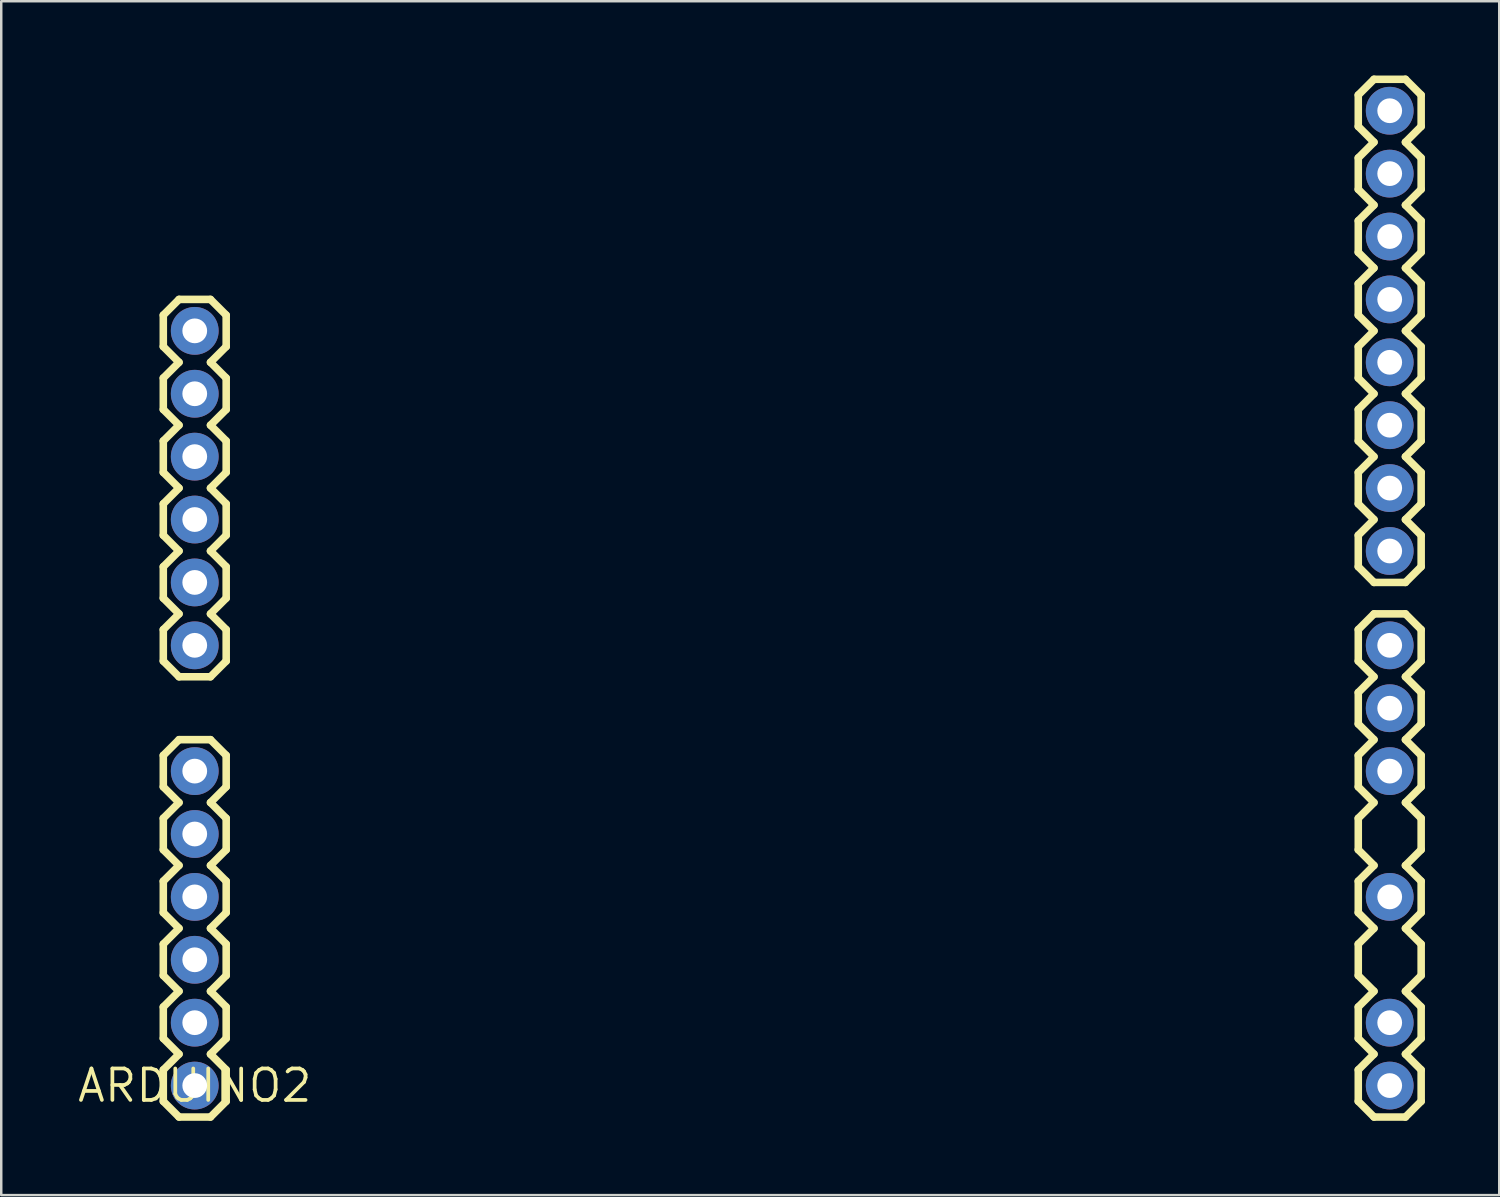
<source format=kicad_pcb>
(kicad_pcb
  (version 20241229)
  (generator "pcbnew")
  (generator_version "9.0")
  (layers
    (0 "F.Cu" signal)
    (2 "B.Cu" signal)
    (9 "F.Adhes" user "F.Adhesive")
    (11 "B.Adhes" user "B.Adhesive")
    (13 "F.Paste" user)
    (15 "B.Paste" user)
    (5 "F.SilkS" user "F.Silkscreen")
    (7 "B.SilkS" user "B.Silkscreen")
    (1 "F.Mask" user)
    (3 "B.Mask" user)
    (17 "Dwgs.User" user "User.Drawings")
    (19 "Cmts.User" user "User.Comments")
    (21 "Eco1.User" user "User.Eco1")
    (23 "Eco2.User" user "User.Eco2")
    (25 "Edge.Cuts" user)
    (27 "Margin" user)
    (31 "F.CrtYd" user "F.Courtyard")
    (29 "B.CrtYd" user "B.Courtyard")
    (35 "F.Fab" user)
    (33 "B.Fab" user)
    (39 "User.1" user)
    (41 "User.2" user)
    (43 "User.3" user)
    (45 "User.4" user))
  (footprint "ARDUINO2"
    (layer "F.Cu")
    (at 4.815 40.792)
    (property "Reference" "ARDUINO2" (at 0 0 0) (layer "F.SilkS") (effects (font (size 1.27 1.27) (thickness 0.15))))
    (attr through_hole)
    (fp_line (start -1.27 -31.115) (end -1.27 -29.845) (stroke (width 0.305) (type solid)) (layer "F.SilkS"))
    (fp_line (start -1.27 -29.845) (end -0.635 -29.21) (stroke (width 0.305) (type solid)) (layer "F.SilkS"))
    (fp_line (start -1.27 -28.575) (end -1.27 -27.305) (stroke (width 0.305) (type solid)) (layer "F.SilkS"))
    (fp_line (start -1.27 -27.305) (end -0.635 -26.67) (stroke (width 0.305) (type solid)) (layer "F.SilkS"))
    (fp_line (start -1.27 -26.035) (end -1.27 -24.765) (stroke (width 0.305) (type solid)) (layer "F.SilkS"))
    (fp_line (start -1.27 -24.765) (end -0.635 -24.13) (stroke (width 0.305) (type solid)) (layer "F.SilkS"))
    (fp_line (start -1.27 -23.495) (end -1.27 -22.225) (stroke (width 0.305) (type solid)) (layer "F.SilkS"))
    (fp_line (start -1.27 -22.225) (end -0.635 -21.59) (stroke (width 0.305) (type solid)) (layer "F.SilkS"))
    (fp_line (start -1.27 -20.955) (end -1.27 -19.685) (stroke (width 0.305) (type solid)) (layer "F.SilkS"))
    (fp_line (start -1.27 -19.685) (end -0.635 -19.05) (stroke (width 0.305) (type solid)) (layer "F.SilkS"))
    (fp_line (start -1.27 -18.415) (end -1.27 -17.145) (stroke (width 0.305) (type solid)) (layer "F.SilkS"))
    (fp_line (start -1.27 -17.145) (end -0.635 -16.51) (stroke (width 0.305) (type solid)) (layer "F.SilkS"))
    (fp_line (start -1.27 -13.335) (end -1.27 -12.065) (stroke (width 0.305) (type solid)) (layer "F.SilkS"))
    (fp_line (start -1.27 -12.065) (end -0.635 -11.43) (stroke (width 0.305) (type solid)) (layer "F.SilkS"))
    (fp_line (start -1.27 -10.795) (end -1.27 -9.525) (stroke (width 0.305) (type solid)) (layer "F.SilkS"))
    (fp_line (start -1.27 -9.525) (end -0.635 -8.89) (stroke (width 0.305) (type solid)) (layer "F.SilkS"))
    (fp_line (start -1.27 -8.255) (end -1.27 -6.985) (stroke (width 0.305) (type solid)) (layer "F.SilkS"))
    (fp_line (start -1.27 -6.985) (end -0.635 -6.35) (stroke (width 0.305) (type solid)) (layer "F.SilkS"))
    (fp_line (start -1.27 -5.715) (end -1.27 -4.445) (stroke (width 0.305) (type solid)) (layer "F.SilkS"))
    (fp_line (start -1.27 -4.445) (end -0.635 -3.81) (stroke (width 0.305) (type solid)) (layer "F.SilkS"))
    (fp_line (start -1.27 -3.175) (end -1.27 -1.905) (stroke (width 0.305) (type solid)) (layer "F.SilkS"))
    (fp_line (start -1.27 -1.905) (end -0.635 -1.27) (stroke (width 0.305) (type solid)) (layer "F.SilkS"))
    (fp_line (start -1.27 -0.635) (end -1.27 0.635) (stroke (width 0.305) (type solid)) (layer "F.SilkS"))
    (fp_line (start -1.27 0.635) (end -0.635 1.27) (stroke (width 0.305) (type solid)) (layer "F.SilkS"))
    (fp_line (start -0.635 -31.75) (end -1.27 -31.115) (stroke (width 0.305) (type solid)) (layer "F.SilkS"))
    (fp_line (start -0.635 -29.21) (end -1.27 -28.575) (stroke (width 0.305) (type solid)) (layer "F.SilkS"))
    (fp_line (start -0.635 -26.67) (end -1.27 -26.035) (stroke (width 0.305) (type solid)) (layer "F.SilkS"))
    (fp_line (start -0.635 -24.13) (end -1.27 -23.495) (stroke (width 0.305) (type solid)) (layer "F.SilkS"))
    (fp_line (start -0.635 -21.59) (end -1.27 -20.955) (stroke (width 0.305) (type solid)) (layer "F.SilkS"))
    (fp_line (start -0.635 -19.05) (end -1.27 -18.415) (stroke (width 0.305) (type solid)) (layer "F.SilkS"))
    (fp_line (start -0.635 -16.51) (end 0.635 -16.51) (stroke (width 0.305) (type solid)) (layer "F.SilkS"))
    (fp_line (start -0.635 -13.97) (end -1.27 -13.335) (stroke (width 0.305) (type solid)) (layer "F.SilkS"))
    (fp_line (start -0.635 -11.43) (end -1.27 -10.795) (stroke (width 0.305) (type solid)) (layer "F.SilkS"))
    (fp_line (start -0.635 -8.89) (end -1.27 -8.255) (stroke (width 0.305) (type solid)) (layer "F.SilkS"))
    (fp_line (start -0.635 -6.35) (end -1.27 -5.715) (stroke (width 0.305) (type solid)) (layer "F.SilkS"))
    (fp_line (start -0.635 -3.81) (end -1.27 -3.175) (stroke (width 0.305) (type solid)) (layer "F.SilkS"))
    (fp_line (start -0.635 -1.27) (end -1.27 -0.635) (stroke (width 0.305) (type solid)) (layer "F.SilkS"))
    (fp_line (start -0.635 1.27) (end 0.635 1.27) (stroke (width 0.305) (type solid)) (layer "F.SilkS"))
    (fp_line (start 0.635 -31.75) (end -0.635 -31.75) (stroke (width 0.305) (type solid)) (layer "F.SilkS"))
    (fp_line (start 0.635 -29.21) (end 1.27 -29.845) (stroke (width 0.305) (type solid)) (layer "F.SilkS"))
    (fp_line (start 0.635 -26.67) (end 1.27 -27.305) (stroke (width 0.305) (type solid)) (layer "F.SilkS"))
    (fp_line (start 0.635 -24.13) (end 1.27 -24.765) (stroke (width 0.305) (type solid)) (layer "F.SilkS"))
    (fp_line (start 0.635 -21.59) (end 1.27 -22.225) (stroke (width 0.305) (type solid)) (layer "F.SilkS"))
    (fp_line (start 0.635 -19.05) (end 1.27 -19.685) (stroke (width 0.305) (type solid)) (layer "F.SilkS"))
    (fp_line (start 0.635 -16.51) (end 1.27 -17.145) (stroke (width 0.305) (type solid)) (layer "F.SilkS"))
    (fp_line (start 0.635 -13.97) (end -0.635 -13.97) (stroke (width 0.305) (type solid)) (layer "F.SilkS"))
    (fp_line (start 0.635 -11.43) (end 1.27 -12.065) (stroke (width 0.305) (type solid)) (layer "F.SilkS"))
    (fp_line (start 0.635 -8.89) (end 1.27 -9.525) (stroke (width 0.305) (type solid)) (layer "F.SilkS"))
    (fp_line (start 0.635 -6.35) (end 1.27 -6.985) (stroke (width 0.305) (type solid)) (layer "F.SilkS"))
    (fp_line (start 0.635 -3.81) (end 1.27 -4.445) (stroke (width 0.305) (type solid)) (layer "F.SilkS"))
    (fp_line (start 0.635 -1.27) (end 1.27 -1.905) (stroke (width 0.305) (type solid)) (layer "F.SilkS"))
    (fp_line (start 0.635 1.27) (end 1.27 0.635) (stroke (width 0.305) (type solid)) (layer "F.SilkS"))
    (fp_line (start 1.27 -31.115) (end 0.635 -31.75) (stroke (width 0.305) (type solid)) (layer "F.SilkS"))
    (fp_line (start 1.27 -29.845) (end 1.27 -31.115) (stroke (width 0.305) (type solid)) (layer "F.SilkS"))
    (fp_line (start 1.27 -28.575) (end 0.635 -29.21) (stroke (width 0.305) (type solid)) (layer "F.SilkS"))
    (fp_line (start 1.27 -27.305) (end 1.27 -28.575) (stroke (width 0.305) (type solid)) (layer "F.SilkS"))
    (fp_line (start 1.27 -26.035) (end 0.635 -26.67) (stroke (width 0.305) (type solid)) (layer "F.SilkS"))
    (fp_line (start 1.27 -24.765) (end 1.27 -26.035) (stroke (width 0.305) (type solid)) (layer "F.SilkS"))
    (fp_line (start 1.27 -23.495) (end 0.635 -24.13) (stroke (width 0.305) (type solid)) (layer "F.SilkS"))
    (fp_line (start 1.27 -22.225) (end 1.27 -23.495) (stroke (width 0.305) (type solid)) (layer "F.SilkS"))
    (fp_line (start 1.27 -20.955) (end 0.635 -21.59) (stroke (width 0.305) (type solid)) (layer "F.SilkS"))
    (fp_line (start 1.27 -19.685) (end 1.27 -20.955) (stroke (width 0.305) (type solid)) (layer "F.SilkS"))
    (fp_line (start 1.27 -18.415) (end 0.635 -19.05) (stroke (width 0.305) (type solid)) (layer "F.SilkS"))
    (fp_line (start 1.27 -17.145) (end 1.27 -18.415) (stroke (width 0.305) (type solid)) (layer "F.SilkS"))
    (fp_line (start 1.27 -13.335) (end 0.635 -13.97) (stroke (width 0.305) (type solid)) (layer "F.SilkS"))
    (fp_line (start 1.27 -12.065) (end 1.27 -13.335) (stroke (width 0.305) (type solid)) (layer "F.SilkS"))
    (fp_line (start 1.27 -10.795) (end 0.635 -11.43) (stroke (width 0.305) (type solid)) (layer "F.SilkS"))
    (fp_line (start 1.27 -9.525) (end 1.27 -10.795) (stroke (width 0.305) (type solid)) (layer "F.SilkS"))
    (fp_line (start 1.27 -8.255) (end 0.635 -8.89) (stroke (width 0.305) (type solid)) (layer "F.SilkS"))
    (fp_line (start 1.27 -6.985) (end 1.27 -8.255) (stroke (width 0.305) (type solid)) (layer "F.SilkS"))
    (fp_line (start 1.27 -5.715) (end 0.635 -6.35) (stroke (width 0.305) (type solid)) (layer "F.SilkS"))
    (fp_line (start 1.27 -4.445) (end 1.27 -5.715) (stroke (width 0.305) (type solid)) (layer "F.SilkS"))
    (fp_line (start 1.27 -3.175) (end 0.635 -3.81) (stroke (width 0.305) (type solid)) (layer "F.SilkS"))
    (fp_line (start 1.27 -1.905) (end 1.27 -3.175) (stroke (width 0.305) (type solid)) (layer "F.SilkS"))
    (fp_line (start 1.27 -0.635) (end 0.635 -1.27) (stroke (width 0.305) (type solid)) (layer "F.SilkS"))
    (fp_line (start 1.27 0.635) (end 1.27 -0.635) (stroke (width 0.305) (type solid)) (layer "F.SilkS"))
    (fp_line (start 46.99 -40.005) (end 46.99 -38.735) (stroke (width 0.305) (type solid)) (layer "F.SilkS"))
    (fp_line (start 46.99 -38.735) (end 47.625 -38.1) (stroke (width 0.305) (type solid)) (layer "F.SilkS"))
    (fp_line (start 46.99 -37.465) (end 46.99 -36.195) (stroke (width 0.305) (type solid)) (layer "F.SilkS"))
    (fp_line (start 46.99 -36.195) (end 47.625 -35.56) (stroke (width 0.305) (type solid)) (layer "F.SilkS"))
    (fp_line (start 46.99 -34.925) (end 46.99 -33.655) (stroke (width 0.305) (type solid)) (layer "F.SilkS"))
    (fp_line (start 46.99 -33.655) (end 47.625 -33.02) (stroke (width 0.305) (type solid)) (layer "F.SilkS"))
    (fp_line (start 46.99 -32.385) (end 46.99 -31.115) (stroke (width 0.305) (type solid)) (layer "F.SilkS"))
    (fp_line (start 46.99 -31.115) (end 47.625 -30.48) (stroke (width 0.305) (type solid)) (layer "F.SilkS"))
    (fp_line (start 46.99 -29.845) (end 46.99 -28.575) (stroke (width 0.305) (type solid)) (layer "F.SilkS"))
    (fp_line (start 46.99 -28.575) (end 47.625 -27.94) (stroke (width 0.305) (type solid)) (layer "F.SilkS"))
    (fp_line (start 46.99 -27.305) (end 46.99 -26.035) (stroke (width 0.305) (type solid)) (layer "F.SilkS"))
    (fp_line (start 46.99 -26.035) (end 47.625 -25.4) (stroke (width 0.305) (type solid)) (layer "F.SilkS"))
    (fp_line (start 46.99 -24.765) (end 46.99 -23.495) (stroke (width 0.305) (type solid)) (layer "F.SilkS"))
    (fp_line (start 46.99 -23.495) (end 47.625 -22.86) (stroke (width 0.305) (type solid)) (layer "F.SilkS"))
    (fp_line (start 46.99 -22.225) (end 46.99 -20.955) (stroke (width 0.305) (type solid)) (layer "F.SilkS"))
    (fp_line (start 46.99 -20.955) (end 47.625 -20.32) (stroke (width 0.305) (type solid)) (layer "F.SilkS"))
    (fp_line (start 46.99 -18.415) (end 46.99 -17.145) (stroke (width 0.305) (type solid)) (layer "F.SilkS"))
    (fp_line (start 46.99 -17.145) (end 47.625 -16.51) (stroke (width 0.305) (type solid)) (layer "F.SilkS"))
    (fp_line (start 46.99 -15.875) (end 46.99 -14.605) (stroke (width 0.305) (type solid)) (layer "F.SilkS"))
    (fp_line (start 46.99 -14.605) (end 47.625 -13.97) (stroke (width 0.305) (type solid)) (layer "F.SilkS"))
    (fp_line (start 46.99 -13.335) (end 46.99 -12.065) (stroke (width 0.305) (type solid)) (layer "F.SilkS"))
    (fp_line (start 46.99 -12.065) (end 47.625 -11.43) (stroke (width 0.305) (type solid)) (layer "F.SilkS"))
    (fp_line (start 46.99 -10.795) (end 46.99 -9.525) (stroke (width 0.305) (type solid)) (layer "F.SilkS"))
    (fp_line (start 46.99 -9.525) (end 47.625 -8.89) (stroke (width 0.305) (type solid)) (layer "F.SilkS"))
    (fp_line (start 46.99 -8.255) (end 46.99 -6.985) (stroke (width 0.305) (type solid)) (layer "F.SilkS"))
    (fp_line (start 46.99 -6.985) (end 47.625 -6.35) (stroke (width 0.305) (type solid)) (layer "F.SilkS"))
    (fp_line (start 46.99 -5.715) (end 46.99 -4.445) (stroke (width 0.305) (type solid)) (layer "F.SilkS"))
    (fp_line (start 46.99 -4.445) (end 47.625 -3.81) (stroke (width 0.305) (type solid)) (layer "F.SilkS"))
    (fp_line (start 46.99 -3.175) (end 46.99 -1.905) (stroke (width 0.305) (type solid)) (layer "F.SilkS"))
    (fp_line (start 46.99 -1.905) (end 47.625 -1.27) (stroke (width 0.305) (type solid)) (layer "F.SilkS"))
    (fp_line (start 46.99 -0.635) (end 46.99 0.635) (stroke (width 0.305) (type solid)) (layer "F.SilkS"))
    (fp_line (start 46.99 0.635) (end 47.625 1.27) (stroke (width 0.305) (type solid)) (layer "F.SilkS"))
    (fp_line (start 47.625 -40.64) (end 46.99 -40.005) (stroke (width 0.305) (type solid)) (layer "F.SilkS"))
    (fp_line (start 47.625 -38.1) (end 46.99 -37.465) (stroke (width 0.305) (type solid)) (layer "F.SilkS"))
    (fp_line (start 47.625 -35.56) (end 46.99 -34.925) (stroke (width 0.305) (type solid)) (layer "F.SilkS"))
    (fp_line (start 47.625 -33.02) (end 46.99 -32.385) (stroke (width 0.305) (type solid)) (layer "F.SilkS"))
    (fp_line (start 47.625 -30.48) (end 46.99 -29.845) (stroke (width 0.305) (type solid)) (layer "F.SilkS"))
    (fp_line (start 47.625 -27.94) (end 46.99 -27.305) (stroke (width 0.305) (type solid)) (layer "F.SilkS"))
    (fp_line (start 47.625 -25.4) (end 46.99 -24.765) (stroke (width 0.305) (type solid)) (layer "F.SilkS"))
    (fp_line (start 47.625 -22.86) (end 46.99 -22.225) (stroke (width 0.305) (type solid)) (layer "F.SilkS"))
    (fp_line (start 47.625 -20.32) (end 48.895 -20.32) (stroke (width 0.305) (type solid)) (layer "F.SilkS"))
    (fp_line (start 47.625 -19.05) (end 46.99 -18.415) (stroke (width 0.305) (type solid)) (layer "F.SilkS"))
    (fp_line (start 47.625 -16.51) (end 46.99 -15.875) (stroke (width 0.305) (type solid)) (layer "F.SilkS"))
    (fp_line (start 47.625 -13.97) (end 46.99 -13.335) (stroke (width 0.305) (type solid)) (layer "F.SilkS"))
    (fp_line (start 47.625 -11.43) (end 46.99 -10.795) (stroke (width 0.305) (type solid)) (layer "F.SilkS"))
    (fp_line (start 47.625 -8.89) (end 46.99 -8.255) (stroke (width 0.305) (type solid)) (layer "F.SilkS"))
    (fp_line (start 47.625 -6.35) (end 46.99 -5.715) (stroke (width 0.305) (type solid)) (layer "F.SilkS"))
    (fp_line (start 47.625 -3.81) (end 46.99 -3.175) (stroke (width 0.305) (type solid)) (layer "F.SilkS"))
    (fp_line (start 47.625 -1.27) (end 46.99 -0.635) (stroke (width 0.305) (type solid)) (layer "F.SilkS"))
    (fp_line (start 47.625 1.27) (end 48.895 1.27) (stroke (width 0.305) (type solid)) (layer "F.SilkS"))
    (fp_line (start 48.895 -40.64) (end 47.625 -40.64) (stroke (width 0.305) (type solid)) (layer "F.SilkS"))
    (fp_line (start 48.895 -38.1) (end 49.53 -38.735) (stroke (width 0.305) (type solid)) (layer "F.SilkS"))
    (fp_line (start 48.895 -35.56) (end 49.53 -36.195) (stroke (width 0.305) (type solid)) (layer "F.SilkS"))
    (fp_line (start 48.895 -33.02) (end 49.53 -33.655) (stroke (width 0.305) (type solid)) (layer "F.SilkS"))
    (fp_line (start 48.895 -30.48) (end 49.53 -31.115) (stroke (width 0.305) (type solid)) (layer "F.SilkS"))
    (fp_line (start 48.895 -27.94) (end 49.53 -28.575) (stroke (width 0.305) (type solid)) (layer "F.SilkS"))
    (fp_line (start 48.895 -25.4) (end 49.53 -26.035) (stroke (width 0.305) (type solid)) (layer "F.SilkS"))
    (fp_line (start 48.895 -22.86) (end 49.53 -23.495) (stroke (width 0.305) (type solid)) (layer "F.SilkS"))
    (fp_line (start 48.895 -20.32) (end 49.53 -20.955) (stroke (width 0.305) (type solid)) (layer "F.SilkS"))
    (fp_line (start 48.895 -19.05) (end 47.625 -19.05) (stroke (width 0.305) (type solid)) (layer "F.SilkS"))
    (fp_line (start 48.895 -16.51) (end 49.53 -17.145) (stroke (width 0.305) (type solid)) (layer "F.SilkS"))
    (fp_line (start 48.895 -13.97) (end 49.53 -14.605) (stroke (width 0.305) (type solid)) (layer "F.SilkS"))
    (fp_line (start 48.895 -11.43) (end 49.53 -12.065) (stroke (width 0.305) (type solid)) (layer "F.SilkS"))
    (fp_line (start 48.895 -8.89) (end 49.53 -9.525) (stroke (width 0.305) (type solid)) (layer "F.SilkS"))
    (fp_line (start 48.895 -6.35) (end 49.53 -6.985) (stroke (width 0.305) (type solid)) (layer "F.SilkS"))
    (fp_line (start 48.895 -3.81) (end 49.53 -4.445) (stroke (width 0.305) (type solid)) (layer "F.SilkS"))
    (fp_line (start 48.895 -1.27) (end 49.53 -1.905) (stroke (width 0.305) (type solid)) (layer "F.SilkS"))
    (fp_line (start 48.895 1.27) (end 49.53 0.635) (stroke (width 0.305) (type solid)) (layer "F.SilkS"))
    (fp_line (start 49.53 -40.005) (end 48.895 -40.64) (stroke (width 0.305) (type solid)) (layer "F.SilkS"))
    (fp_line (start 49.53 -38.735) (end 49.53 -40.005) (stroke (width 0.305) (type solid)) (layer "F.SilkS"))
    (fp_line (start 49.53 -37.465) (end 48.895 -38.1) (stroke (width 0.305) (type solid)) (layer "F.SilkS"))
    (fp_line (start 49.53 -36.195) (end 49.53 -37.465) (stroke (width 0.305) (type solid)) (layer "F.SilkS"))
    (fp_line (start 49.53 -34.925) (end 48.895 -35.56) (stroke (width 0.305) (type solid)) (layer "F.SilkS"))
    (fp_line (start 49.53 -33.655) (end 49.53 -34.925) (stroke (width 0.305) (type solid)) (layer "F.SilkS"))
    (fp_line (start 49.53 -32.385) (end 48.895 -33.02) (stroke (width 0.305) (type solid)) (layer "F.SilkS"))
    (fp_line (start 49.53 -31.115) (end 49.53 -32.385) (stroke (width 0.305) (type solid)) (layer "F.SilkS"))
    (fp_line (start 49.53 -29.845) (end 48.895 -30.48) (stroke (width 0.305) (type solid)) (layer "F.SilkS"))
    (fp_line (start 49.53 -28.575) (end 49.53 -29.845) (stroke (width 0.305) (type solid)) (layer "F.SilkS"))
    (fp_line (start 49.53 -27.305) (end 48.895 -27.94) (stroke (width 0.305) (type solid)) (layer "F.SilkS"))
    (fp_line (start 49.53 -26.035) (end 49.53 -27.305) (stroke (width 0.305) (type solid)) (layer "F.SilkS"))
    (fp_line (start 49.53 -24.765) (end 48.895 -25.4) (stroke (width 0.305) (type solid)) (layer "F.SilkS"))
    (fp_line (start 49.53 -23.495) (end 49.53 -24.765) (stroke (width 0.305) (type solid)) (layer "F.SilkS"))
    (fp_line (start 49.53 -22.225) (end 48.895 -22.86) (stroke (width 0.305) (type solid)) (layer "F.SilkS"))
    (fp_line (start 49.53 -20.955) (end 49.53 -22.225) (stroke (width 0.305) (type solid)) (layer "F.SilkS"))
    (fp_line (start 49.53 -18.415) (end 48.895 -19.05) (stroke (width 0.305) (type solid)) (layer "F.SilkS"))
    (fp_line (start 49.53 -17.145) (end 49.53 -18.415) (stroke (width 0.305) (type solid)) (layer "F.SilkS"))
    (fp_line (start 49.53 -15.875) (end 48.895 -16.51) (stroke (width 0.305) (type solid)) (layer "F.SilkS"))
    (fp_line (start 49.53 -14.605) (end 49.53 -15.875) (stroke (width 0.305) (type solid)) (layer "F.SilkS"))
    (fp_line (start 49.53 -13.335) (end 48.895 -13.97) (stroke (width 0.305) (type solid)) (layer "F.SilkS"))
    (fp_line (start 49.53 -12.065) (end 49.53 -13.335) (stroke (width 0.305) (type solid)) (layer "F.SilkS"))
    (fp_line (start 49.53 -10.795) (end 48.895 -11.43) (stroke (width 0.305) (type solid)) (layer "F.SilkS"))
    (fp_line (start 49.53 -9.525) (end 49.53 -10.795) (stroke (width 0.305) (type solid)) (layer "F.SilkS"))
    (fp_line (start 49.53 -8.255) (end 48.895 -8.89) (stroke (width 0.305) (type solid)) (layer "F.SilkS"))
    (fp_line (start 49.53 -6.985) (end 49.53 -8.255) (stroke (width 0.305) (type solid)) (layer "F.SilkS"))
    (fp_line (start 49.53 -5.715) (end 48.895 -6.35) (stroke (width 0.305) (type solid)) (layer "F.SilkS"))
    (fp_line (start 49.53 -4.445) (end 49.53 -5.715) (stroke (width 0.305) (type solid)) (layer "F.SilkS"))
    (fp_line (start 49.53 -3.175) (end 48.895 -3.81) (stroke (width 0.305) (type solid)) (layer "F.SilkS"))
    (fp_line (start 49.53 -1.905) (end 49.53 -3.175) (stroke (width 0.305) (type solid)) (layer "F.SilkS"))
    (fp_line (start 49.53 -0.635) (end 48.895 -1.27) (stroke (width 0.305) (type solid)) (layer "F.SilkS"))
    (fp_line (start 49.53 0.635) (end 49.53 -0.635) (stroke (width 0.305) (type solid)) (layer "F.SilkS"))
    (pad "0" thru_hole circle (at 0 -12.7) (size 1.93 1.93) (drill 1) (layers "*.Cu" "*.Mask"))
    (pad "1" thru_hole circle (at 0 -10.16) (size 1.93 1.93) (drill 1) (layers "*.Cu" "*.Mask"))
    (pad "2" thru_hole circle (at 0 -7.62) (size 1.93 1.93) (drill 1) (layers "*.Cu" "*.Mask"))
    (pad "3" thru_hole circle (at 0 -5.08) (size 1.93 1.93) (drill 1) (layers "*.Cu" "*.Mask"))
    (pad "3V3" thru_hole circle (at 0 -27.94) (size 1.93 1.93) (drill 1) (layers "*.Cu" "*.Mask"))
    (pad "4" thru_hole circle (at 0 -2.54) (size 1.93 1.93) (drill 1) (layers "*.Cu" "*.Mask"))
    (pad "5" thru_hole circle (at 0 0) (size 1.93 1.93) (drill 1) (layers "*.Cu" "*.Mask"))
    (pad "5V" thru_hole circle (at 0 -25.4) (size 1.93 1.93) (drill 1) (layers "*.Cu" "*.Mask"))
    (pad "07" thru_hole circle (at 48.26 -17.78) (size 1.93 1.93) (drill 1) (layers "*.Cu" "*.Mask"))
    (pad "08" thru_hole circle (at 48.26 -21.59) (size 1.93 1.93) (drill 1) (layers "*.Cu" "*.Mask"))
    (pad "12" thru_hole circle (at 48.26 -31.75) (size 1.93 1.93) (drill 1) (layers "*.Cu" "*.Mask"))
    (pad "13" thru_hole circle (at 48.26 -34.29) (size 1.93 1.93) (drill 1) (layers "*.Cu" "*.Mask"))
    (pad "AREF" thru_hole circle (at 48.26 -39.37) (size 1.93 1.93) (drill 1) (layers "*.Cu" "*.Mask"))
    (pad "GND" thru_hole circle (at 0 -22.86) (size 1.93 1.93) (drill 1) (layers "*.Cu" "*.Mask"))
    (pad "GND1" thru_hole circle (at 0 -20.32) (size 1.93 1.93) (drill 1) (layers "*.Cu" "*.Mask"))
    (pad "GND2" thru_hole circle (at 48.26 -36.83) (size 1.93 1.93) (drill 1) (layers "*.Cu" "*.Mask"))
    (pad "PWM_03" thru_hole circle (at 48.26 -7.62) (size 1.93 1.93) (drill 1) (layers "*.Cu" "*.Mask"))
    (pad "PWM_05" thru_hole circle (at 48.26 -12.7) (size 1.93 1.93) (drill 1) (layers "*.Cu" "*.Mask"))
    (pad "PWM_06" thru_hole circle (at 48.26 -15.24) (size 1.93 1.93) (drill 1) (layers "*.Cu" "*.Mask"))
    (pad "PWM_09" thru_hole circle (at 48.26 -24.13) (size 1.93 1.93) (drill 1) (layers "*.Cu" "*.Mask"))
    (pad "PWM_10" thru_hole circle (at 48.26 -26.67) (size 1.93 1.93) (drill 1) (layers "*.Cu" "*.Mask"))
    (pad "PWM_11" thru_hole circle (at 48.26 -29.21) (size 1.93 1.93) (drill 1) (layers "*.Cu" "*.Mask"))
    (pad "RESET" thru_hole circle (at 0 -30.48) (size 1.93 1.93) (drill 1) (layers "*.Cu" "*.Mask"))
    (pad "RX_00" thru_hole circle (at 48.26 0) (size 1.93 1.93) (drill 1) (layers "*.Cu" "*.Mask"))
    (pad "TX_01" thru_hole circle (at 48.26 -2.54) (size 1.93 1.93) (drill 1) (layers "*.Cu" "*.Mask"))
    (pad "VIN" thru_hole circle (at 0 -17.78) (size 1.93 1.93) (drill 1) (layers "*.Cu" "*.Mask")))
  (gr_rect
    (start -3 -3)
    (end 57.498 45.215)
    (stroke (width 0.1) (type default))
    (fill no)
    (layer "Edge.Cuts")))
</source>
